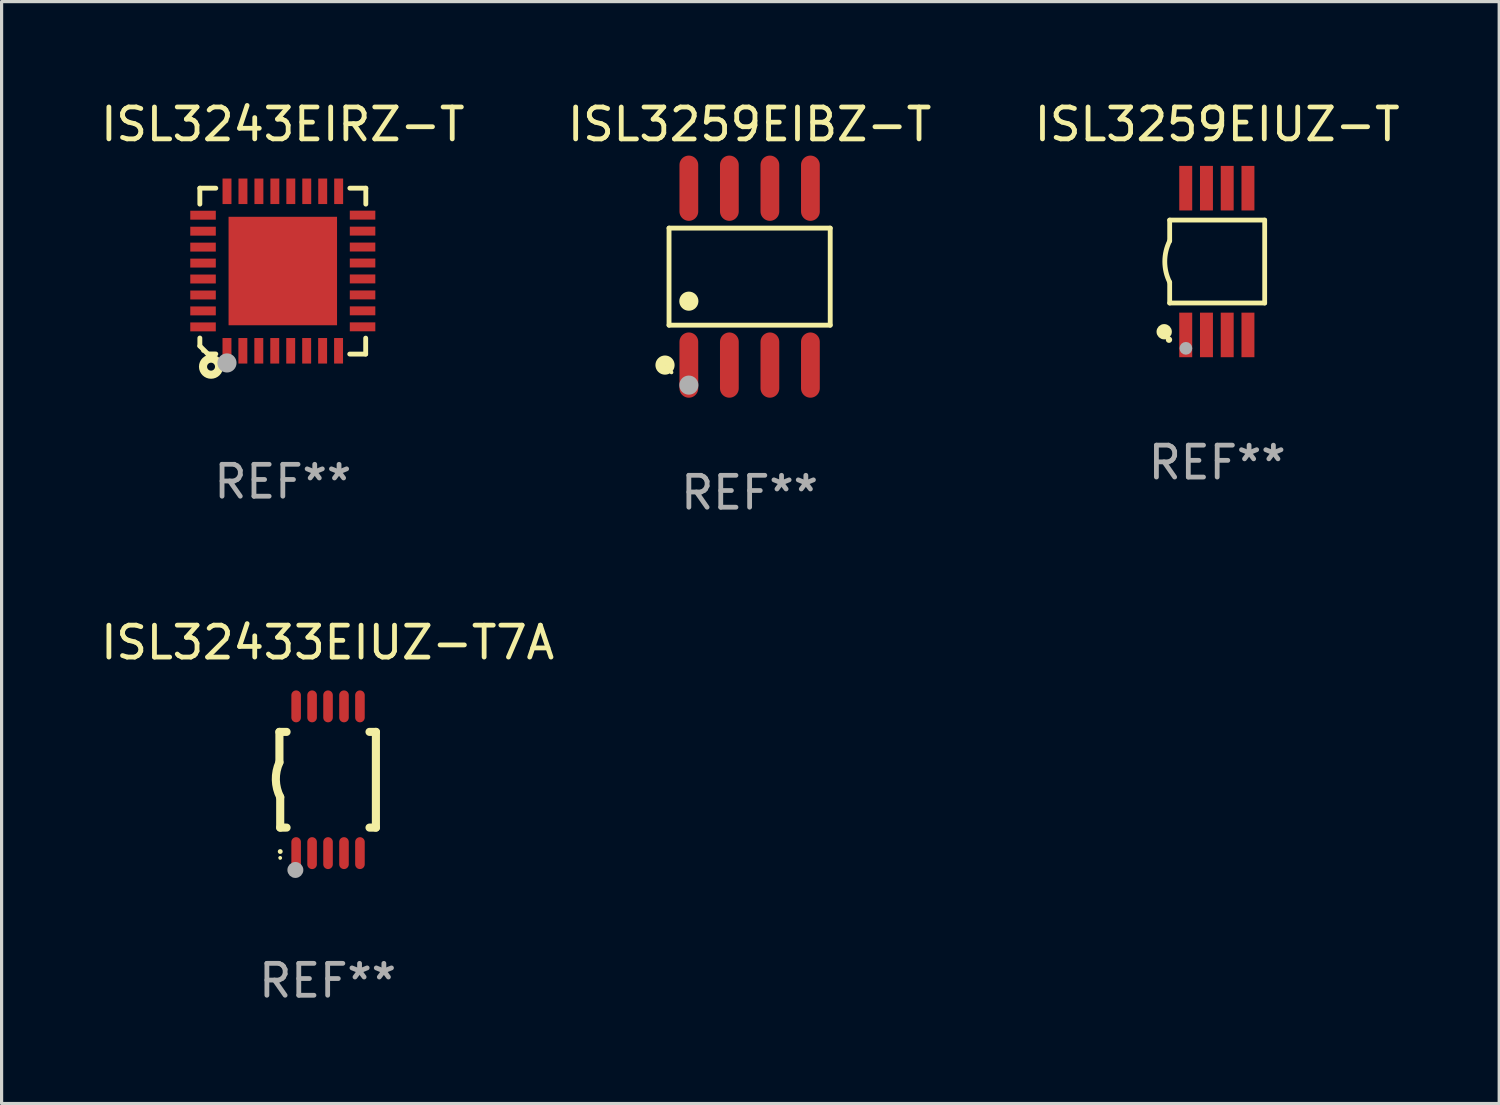
<source format=kicad_pcb>
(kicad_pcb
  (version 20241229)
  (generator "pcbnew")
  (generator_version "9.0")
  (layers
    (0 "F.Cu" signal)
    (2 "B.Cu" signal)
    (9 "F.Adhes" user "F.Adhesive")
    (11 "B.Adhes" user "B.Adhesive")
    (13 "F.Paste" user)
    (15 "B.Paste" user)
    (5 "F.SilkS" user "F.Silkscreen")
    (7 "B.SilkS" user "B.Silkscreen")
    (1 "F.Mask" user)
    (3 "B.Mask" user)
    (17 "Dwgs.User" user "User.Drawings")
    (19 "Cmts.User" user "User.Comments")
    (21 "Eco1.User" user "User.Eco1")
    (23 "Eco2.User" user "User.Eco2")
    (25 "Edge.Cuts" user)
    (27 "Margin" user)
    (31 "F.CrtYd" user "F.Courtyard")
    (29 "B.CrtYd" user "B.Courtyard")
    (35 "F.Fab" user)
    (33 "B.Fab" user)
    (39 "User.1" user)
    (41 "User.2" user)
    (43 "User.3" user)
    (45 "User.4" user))
  (footprint "ISL32433EIUZ-T7A"
    (layer "F.Cu")
    (at 7.22 21.39)
    (property "Reference" "ISL32433EIUZ-T7A" (at 0 -4.3 0) (layer "F.SilkS") (effects (font (size 1 1) (thickness 0.15))))
    (attr through_hole)
    (fp_line (start -1.512 -1.5) (end -1.512 -0.546) (stroke (width 0.254) (type solid)) (layer "F.SilkS"))
    (fp_line (start -1.487 0.546) (end -1.487 1.5) (stroke (width 0.254) (type solid)) (layer "F.SilkS"))
    (fp_line (start -1.288 -1.5) (end -1.512 -1.5) (stroke (width 0.254) (type solid)) (layer "F.SilkS"))
    (fp_line (start -1.288 1.5) (end -1.487 1.5) (stroke (width 0.254) (type solid)) (layer "F.SilkS"))
    (fp_line (start 1.512 -1.5) (end 1.312 -1.5) (stroke (width 0.254) (type solid)) (layer "F.SilkS"))
    (fp_line (start 1.512 -1.5) (end 1.512 1.5) (stroke (width 0.254) (type solid)) (layer "F.SilkS"))
    (fp_line (start 1.512 1.5) (end 1.312 1.5) (stroke (width 0.254) (type solid)) (layer "F.SilkS"))
    (fp_arc (start -1.487998 2.250013) (mid -1.486728 2.250007) (end -1.485458 2.250013) (stroke (width 0.150013) (type solid)) (layer "F.SilkS"))
    (fp_arc (start -1.486602 0.546102) (mid -1.624196 0.002905) (end -1.512002 -0.546101) (stroke (width 0.254001) (type solid)) (layer "F.SilkS"))
    (fp_circle (center -1.488 2.45) (end -1.458 2.45) (stroke (width 0.06) (type solid)) (fill no) (layer "F.SilkS"))
    (fp_circle (center -1.012 2.828) (end -0.887 2.828) (stroke (width 0.25) (type solid)) (fill no) (layer "F.Fab"))
    (fp_text user "REF**" (at 0 6.3 0) (layer "F.Fab") (effects (font (size 1 1) (thickness 0.15))))
    (pad "1" smd oval (at -0.988 2.3) (size 0.3 1) (layers "F.Cu" "F.Mask" "F.Paste"))
    (pad "2" smd oval (at -0.488 2.3) (size 0.3 1) (layers "F.Cu" "F.Mask" "F.Paste"))
    (pad "3" smd oval (at 0.012 2.3) (size 0.3 1) (layers "F.Cu" "F.Mask" "F.Paste"))
    (pad "4" smd oval (at 0.512 2.3) (size 0.3 1) (layers "F.Cu" "F.Mask" "F.Paste"))
    (pad "5" smd oval (at 1.012 2.3) (size 0.3 1) (layers "F.Cu" "F.Mask" "F.Paste"))
    (pad "6" smd oval (at 1.012 -2.3) (size 0.3 1) (layers "F.Cu" "F.Mask" "F.Paste"))
    (pad "7" smd oval (at 0.512 -2.3) (size 0.3 1) (layers "F.Cu" "F.Mask" "F.Paste"))
    (pad "8" smd oval (at 0.012 -2.3) (size 0.3 1) (layers "F.Cu" "F.Mask" "F.Paste"))
    (pad "9" smd oval (at -0.488 -2.3) (size 0.3 1) (layers "F.Cu" "F.Mask" "F.Paste"))
    (pad "10" smd oval (at -0.988 -2.3) (size 0.3 1) (layers "F.Cu" "F.Mask" "F.Paste")))
  (footprint "ISL3259EIBZ-T"
    (layer "F.Cu")
    (at 20.446 5.621)
    (property "Reference" "ISL3259EIBZ-T" (at 0 -4.772 0) (layer "F.SilkS") (effects (font (size 1 1) (thickness 0.15))))
    (attr through_hole)
    (fp_line (start -2.526 -1.521) (end 2.526 -1.521) (stroke (width 0.152) (type solid)) (layer "F.SilkS"))
    (fp_line (start -2.526 1.521) (end -2.526 -1.521) (stroke (width 0.152) (type solid)) (layer "F.SilkS"))
    (fp_line (start 2.526 -1.521) (end 2.526 1.521) (stroke (width 0.152) (type solid)) (layer "F.SilkS"))
    (fp_line (start 2.526 1.521) (end -2.526 1.521) (stroke (width 0.152) (type solid)) (layer "F.SilkS"))
    (fp_circle (center -2.652 2.772) (end -2.501 2.772) (stroke (width 0.3) (type solid)) (fill no) (layer "F.SilkS"))
    (fp_circle (center -2.45 3) (end -2.42 3) (stroke (width 0.06) (type solid)) (fill no) (layer "F.SilkS"))
    (fp_circle (center -1.905 0.769) (end -1.755 0.769) (stroke (width 0.3) (type solid)) (fill no) (layer "F.SilkS"))
    (fp_circle (center -1.905 3.4) (end -1.755 3.4) (stroke (width 0.3) (type solid)) (fill no) (layer "F.Fab"))
    (fp_text user "REF**" (at 0 6.772 0) (layer "F.Fab") (effects (font (size 1 1) (thickness 0.15))))
    (pad "1" smd oval (at -1.905 2.772) (size 0.588 2.045) (layers "F.Cu" "F.Mask" "F.Paste"))
    (pad "2" smd oval (at -0.635 2.772) (size 0.588 2.045) (layers "F.Cu" "F.Mask" "F.Paste"))
    (pad "3" smd oval (at 0.635 2.772) (size 0.588 2.045) (layers "F.Cu" "F.Mask" "F.Paste"))
    (pad "4" smd oval (at 1.905 2.772) (size 0.588 2.045) (layers "F.Cu" "F.Mask" "F.Paste"))
    (pad "5" smd oval (at 1.905 -2.772) (size 0.588 2.045) (layers "F.Cu" "F.Mask" "F.Paste"))
    (pad "6" smd oval (at 0.635 -2.772) (size 0.588 2.045) (layers "F.Cu" "F.Mask" "F.Paste"))
    (pad "7" smd oval (at -0.635 -2.772) (size 0.588 2.045) (layers "F.Cu" "F.Mask" "F.Paste"))
    (pad "8" smd oval (at -1.905 -2.772) (size 0.588 2.045) (layers "F.Cu" "F.Mask" "F.Paste")))
  (footprint "ISL3243EIRZ-T"
    (layer "F.Cu")
    (at 5.815 5.448)
    (property "Reference" "ISL3243EIRZ-T" (at 0 -4.6 0) (layer "F.SilkS") (effects (font (size 1 1) (thickness 0.15))))
    (attr through_hole)
    (fp_line (start -2.601 2.097) (end -2.601 2.347) (stroke (width 0.152) (type solid)) (layer "F.SilkS"))
    (fp_line (start -2.601 2.347) (end -2.351 2.597) (stroke (width 0.152) (type solid)) (layer "F.SilkS"))
    (fp_line (start -2.601 -2.6) (end -2.601 -2.1) (stroke (width 0.152) (type solid)) (layer "F.SilkS"))
    (fp_line (start -2.601 -2.6) (end -2.101 -2.6) (stroke (width 0.152) (type solid)) (layer "F.SilkS"))
    (fp_line (start -2.351 2.597) (end -2.101 2.597) (stroke (width 0.152) (type solid)) (layer "F.SilkS"))
    (fp_line (start 2.597 2.6) (end 2.097 2.6) (stroke (width 0.152) (type solid)) (layer "F.SilkS"))
    (fp_line (start 2.597 2.6) (end 2.597 2.1) (stroke (width 0.152) (type solid)) (layer "F.SilkS"))
    (fp_line (start 2.601 -2.6) (end 2.101 -2.6) (stroke (width 0.152) (type solid)) (layer "F.SilkS"))
    (fp_line (start 2.601 -2.6) (end 2.601 -2.1) (stroke (width 0.152) (type solid)) (layer "F.SilkS"))
    (fp_circle (center -2.501 2.497) (end -2.471 2.497) (stroke (width 0.06) (type solid)) (fill no) (layer "F.SilkS"))
    (fp_circle (center -2.25 2.995) (end -2.125 2.995) (stroke (width 0.254) (type solid)) (fill no) (layer "F.SilkS"))
    (fp_circle (center -1.751 2.878) (end -1.601 2.878) (stroke (width 0.3) (type solid)) (fill no) (layer "F.Fab"))
    (fp_text user "REF**" (at 0 6.6 0) (layer "F.Fab") (effects (font (size 1 1) (thickness 0.15))))
    (pad "1" smd rect (at -1.751 2.497) (size 0.28 0.8) (layers "F.Cu" "F.Mask" "F.Paste"))
    (pad "2" smd rect (at -1.253 2.497) (size 0.28 0.8) (layers "F.Cu" "F.Mask" "F.Paste"))
    (pad "3" smd rect (at -0.753 2.497) (size 0.28 0.8) (layers "F.Cu" "F.Mask" "F.Paste"))
    (pad "4" smd rect (at -0.253 2.497) (size 0.28 0.8) (layers "F.Cu" "F.Mask" "F.Paste"))
    (pad "5" smd rect (at 0.247 2.497) (size 0.28 0.8) (layers "F.Cu" "F.Mask" "F.Paste"))
    (pad "6" smd rect (at 0.747 2.497) (size 0.28 0.8) (layers "F.Cu" "F.Mask" "F.Paste"))
    (pad "7" smd rect (at 1.247 2.497) (size 0.28 0.8) (layers "F.Cu" "F.Mask" "F.Paste"))
    (pad "8" smd rect (at 1.747 2.497) (size 0.28 0.8) (layers "F.Cu" "F.Mask" "F.Paste"))
    (pad "9" smd rect (at 2.499 1.746) (size 0.8 0.28) (layers "F.Cu" "F.Mask" "F.Paste"))
    (pad "10" smd rect (at 2.499 1.245) (size 0.8 0.28) (layers "F.Cu" "F.Mask" "F.Paste"))
    (pad "11" smd rect (at 2.499 0.746) (size 0.8 0.28) (layers "F.Cu" "F.Mask" "F.Paste"))
    (pad "12" smd rect (at 2.499 0.245) (size 0.8 0.28) (layers "F.Cu" "F.Mask" "F.Paste"))
    (pad "13" smd rect (at 2.499 -0.254) (size 0.8 0.28) (layers "F.Cu" "F.Mask" "F.Paste"))
    (pad "14" smd rect (at 2.499 -0.755) (size 0.8 0.28) (layers "F.Cu" "F.Mask" "F.Paste"))
    (pad "15" smd rect (at 2.499 -1.254) (size 0.8 0.28) (layers "F.Cu" "F.Mask" "F.Paste"))
    (pad "16" smd rect (at 2.499 -1.755) (size 0.8 0.28) (layers "F.Cu" "F.Mask" "F.Paste"))
    (pad "17" smd rect (at 1.75 -2.502) (size 0.28 0.8) (layers "F.Cu" "F.Mask" "F.Paste"))
    (pad "18" smd rect (at 1.25 -2.502) (size 0.28 0.8) (layers "F.Cu" "F.Mask" "F.Paste"))
    (pad "19" smd rect (at 0.75 -2.502) (size 0.28 0.8) (layers "F.Cu" "F.Mask" "F.Paste"))
    (pad "20" smd rect (at 0.25 -2.502) (size 0.28 0.8) (layers "F.Cu" "F.Mask" "F.Paste"))
    (pad "21" smd rect (at -0.25 -2.502) (size 0.28 0.8) (layers "F.Cu" "F.Mask" "F.Paste"))
    (pad "22" smd rect (at -0.75 -2.502) (size 0.28 0.8) (layers "F.Cu" "F.Mask" "F.Paste"))
    (pad "23" smd rect (at -1.25 -2.502) (size 0.28 0.8) (layers "F.Cu" "F.Mask" "F.Paste"))
    (pad "24" smd rect (at -1.75 -2.502) (size 0.28 0.8) (layers "F.Cu" "F.Mask" "F.Paste"))
    (pad "25" smd rect (at -2.501 -1.753) (size 0.8 0.28) (layers "F.Cu" "F.Mask" "F.Paste"))
    (pad "26" smd rect (at -2.501 -1.252) (size 0.8 0.28) (layers "F.Cu" "F.Mask" "F.Paste"))
    (pad "27" smd rect (at -2.501 -0.753) (size 0.8 0.28) (layers "F.Cu" "F.Mask" "F.Paste"))
    (pad "28" smd rect (at -2.501 -0.252) (size 0.8 0.28) (layers "F.Cu" "F.Mask" "F.Paste"))
    (pad "29" smd rect (at -2.501 0.247) (size 0.8 0.28) (layers "F.Cu" "F.Mask" "F.Paste"))
    (pad "30" smd rect (at -2.501 0.748) (size 0.8 0.28) (layers "F.Cu" "F.Mask" "F.Paste"))
    (pad "31" smd rect (at -2.501 1.247) (size 0.8 0.28) (layers "F.Cu" "F.Mask" "F.Paste"))
    (pad "32" smd rect (at -2.501 1.748) (size 0.8 0.28) (layers "F.Cu" "F.Mask" "F.Paste"))
    (pad "33" smd rect (at -0.001 -0.003 180) (size 3.4 3.4) (layers "F.Cu" "F.Mask" "F.Paste")))
  (footprint "ISL3259EIUZ-T"
    (layer "F.Cu")
    (at 35.101 5.148)
    (property "Reference" "ISL3259EIUZ-T" (at 0 -4.3 0) (layer "F.SilkS") (effects (font (size 1 1) (thickness 0.15))))
    (attr through_hole)
    (fp_line (start -1.489 -1.3) (end -1.489 -0.648) (stroke (width 0.15) (type solid)) (layer "F.SilkS"))
    (fp_line (start -1.489 0.648) (end -1.489 1.3) (stroke (width 0.15) (type solid)) (layer "F.SilkS"))
    (fp_line (start -1.489 1.3) (end 1.489 1.3) (stroke (width 0.15) (type solid)) (layer "F.SilkS"))
    (fp_line (start 1.489 -1.3) (end -1.489 -1.3) (stroke (width 0.15) (type solid)) (layer "F.SilkS"))
    (fp_line (start 1.489 1.3) (end 1.489 -1.3) (stroke (width 0.15) (type solid)) (layer "F.SilkS"))
    (fp_arc (start -1.489205 0.647702) (mid -1.642107 0) (end -1.489205 -0.647701) (stroke (width 0.150013) (type solid)) (layer "F.SilkS"))
    (fp_circle (center -1.661 2.2) (end -1.541 2.2) (stroke (width 0.24) (type solid)) (fill no) (layer "F.SilkS"))
    (fp_circle (center -1.511 2.45) (end -1.461 2.45) (stroke (width 0.1) (type solid)) (fill no) (layer "F.SilkS"))
    (fp_circle (center -0.981 2.72) (end -0.881 2.72) (stroke (width 0.2) (type solid)) (fill no) (layer "F.Fab"))
    (fp_text user "REF**" (at 0 6.3 0) (layer "F.Fab") (effects (font (size 1 1) (thickness 0.15))))
    (pad "1" smd rect (at -0.986 2.3) (size 0.406 1.397) (layers "F.Cu" "F.Mask" "F.Paste"))
    (pad "2" smd rect (at -0.336 2.3) (size 0.406 1.397) (layers "F.Cu" "F.Mask" "F.Paste"))
    (pad "3" smd rect (at 0.314 2.3) (size 0.406 1.397) (layers "F.Cu" "F.Mask" "F.Paste"))
    (pad "4" smd rect (at 0.964 2.3) (size 0.406 1.397) (layers "F.Cu" "F.Mask" "F.Paste"))
    (pad "5" smd rect (at 0.964 -2.3) (size 0.406 1.397) (layers "F.Cu" "F.Mask" "F.Paste"))
    (pad "6" smd rect (at 0.314 -2.3) (size 0.406 1.397) (layers "F.Cu" "F.Mask" "F.Paste"))
    (pad "7" smd rect (at -0.336 -2.3) (size 0.406 1.397) (layers "F.Cu" "F.Mask" "F.Paste"))
    (pad "8" smd rect (at -0.986 -2.3) (size 0.406 1.397) (layers "F.Cu" "F.Mask" "F.Paste")))
  (gr_rect
    (start -3 -3)
    (end 43.94 31.538)
    (stroke (width 0.1) (type default))
    (fill no)
    (layer "Edge.Cuts")))
</source>
